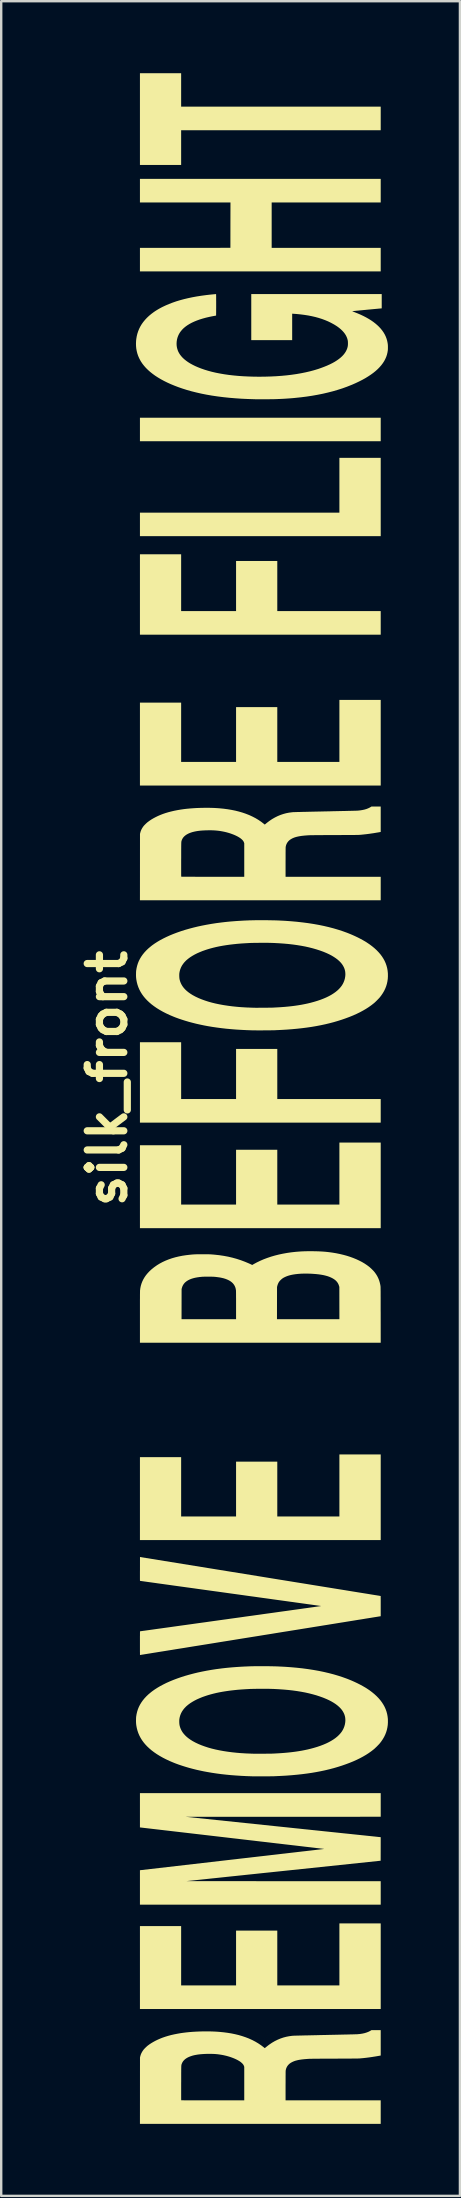
<source format=kicad_pcb>
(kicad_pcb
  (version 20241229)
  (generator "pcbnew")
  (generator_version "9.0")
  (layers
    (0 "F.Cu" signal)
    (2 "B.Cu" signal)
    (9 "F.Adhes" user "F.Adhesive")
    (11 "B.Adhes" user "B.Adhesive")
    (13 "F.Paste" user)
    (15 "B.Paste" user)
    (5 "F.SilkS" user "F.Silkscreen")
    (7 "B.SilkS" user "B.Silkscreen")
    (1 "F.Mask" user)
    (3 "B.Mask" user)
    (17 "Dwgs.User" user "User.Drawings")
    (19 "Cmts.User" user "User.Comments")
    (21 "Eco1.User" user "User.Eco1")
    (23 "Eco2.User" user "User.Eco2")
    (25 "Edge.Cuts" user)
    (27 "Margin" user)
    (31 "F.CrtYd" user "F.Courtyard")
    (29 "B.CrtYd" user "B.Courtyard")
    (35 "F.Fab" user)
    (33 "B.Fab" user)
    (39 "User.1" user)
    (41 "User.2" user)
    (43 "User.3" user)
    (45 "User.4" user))
  (footprint "silk_front"
    (layer "F.Cu")
    (at 7.387 41.875)
    (property "Reference" "silk_front" (at -5.969 0 90) (layer "F.SilkS") (effects (font (size 1.524 1.524) (thickness 0.3))))
    (attr board_only exclude_from_pos_files exclude_from_bom)
    (fp_poly (pts (xy 5.421 -26.546) (xy -4.608 -26.546) (xy -4.608 -27.525) (xy 5.421 -27.525)) (stroke (width 0) (type solid)) (fill yes) (layer "F.SilkS"))
    (fp_poly (pts (xy 5.421 -22.592) (xy -4.608 -22.592) (xy -4.608 -23.571) (xy 3.7 -23.571) (xy 3.7 -25.854) (xy 5.421 -25.854)) (stroke (width 0) (type solid)) (fill yes) (layer "F.SilkS"))
    (fp_poly (pts (xy -2.892 -40.483) (xy 5.421 -40.483) (xy 5.421 -39.5) (xy -2.892 -39.5) (xy -2.892 -38.054) (xy -4.608 -38.054) (xy -4.608 -41.875) (xy -2.892 -41.875)) (stroke (width 0) (type solid)) (fill yes) (layer "F.SilkS"))
    (fp_poly (pts (xy -2.892 -19.471) (xy -0.604 -19.471) (xy -0.604 -21.558) (xy 1.113 -21.558) (xy 1.113 -19.471) (xy 5.421 -19.471) (xy 5.421 -18.488) (xy -4.608 -18.488) (xy -4.608 -21.837) (xy -2.892 -21.837)) (stroke (width 0) (type solid)) (fill yes) (layer "F.SilkS"))
    (fp_poly (pts (xy -2.892 0.854) (xy -0.604 0.854) (xy -0.604 -1.233) (xy 1.113 -1.233) (xy 1.113 0.854) (xy 5.421 0.854) (xy 5.421 1.837) (xy -4.608 1.837) (xy -4.608 -1.512) (xy -2.892 -1.512)) (stroke (width 0) (type solid)) (fill yes) (layer "F.SilkS"))
    (fp_poly (pts (xy 5.421 -12.204) (xy -4.608 -12.204) (xy -4.608 -15.658) (xy -2.892 -15.658) (xy -2.892 -13.188) (xy -0.604 -13.188) (xy -0.604 -15.471) (xy 1.113 -15.471) (xy 1.113 -13.188) (xy 3.7 -13.188) (xy 3.7 -15.771) (xy 5.421 -15.771)) (stroke (width 0) (type solid)) (fill yes) (layer "F.SilkS"))
    (fp_poly (pts (xy 5.421 6.233) (xy -4.608 6.233) (xy -4.608 2.779) (xy -2.892 2.779) (xy -2.892 5.25) (xy -0.604 5.25) (xy -0.604 2.967) (xy 1.113 2.967) (xy 1.113 5.25) (xy 3.7 5.25) (xy 3.7 2.667) (xy 5.421 2.667)) (stroke (width 0) (type solid)) (fill yes) (layer "F.SilkS"))
    (fp_poly (pts (xy 5.421 19.225) (xy -4.608 19.225) (xy -4.608 15.771) (xy -2.892 15.771) (xy -2.892 18.242) (xy -0.604 18.242) (xy -0.604 15.958) (xy 1.113 15.958) (xy 1.113 18.242) (xy 3.7 18.242) (xy 3.7 15.658) (xy 5.421 15.658)) (stroke (width 0) (type solid)) (fill yes) (layer "F.SilkS"))
    (fp_poly (pts (xy 5.421 38.758) (xy -4.608 38.758) (xy -4.608 35.304) (xy -2.892 35.304) (xy -2.892 37.775) (xy -0.604 37.775) (xy -0.604 35.492) (xy 1.113 35.492) (xy 1.113 37.775) (xy 3.7 37.775) (xy 3.7 35.192) (xy 5.421 35.192)) (stroke (width 0) (type solid)) (fill yes) (layer "F.SilkS"))
    (fp_poly (pts (xy 5.421 -36.492) (xy 0.879 -36.492) (xy 0.879 -34.6) (xy 5.421 -34.6) (xy 5.421 -33.621) (xy -4.608 -33.621) (xy -4.608 -34.6) (xy -2.724 -34.601) (xy -0.84 -34.602) (xy -0.839 -35.547) (xy -0.837 -36.492) (xy -4.608 -36.492) (xy -4.608 -37.475) (xy 5.421 -37.475)) (stroke (width 0) (type solid)) (fill yes) (layer "F.SilkS"))
    (fp_poly (pts (xy 5.421 30.75) (xy -2.701 30.752) (xy 1.344 31.174) (xy 1.527 31.193) (xy 1.708 31.212) (xy 1.887 31.231) (xy 2.064 31.249) (xy 2.238 31.268) (xy 2.409 31.285) (xy 2.577 31.303) (xy 2.743 31.32) (xy 2.905 31.337) (xy 3.064 31.354) (xy 3.219 31.37) (xy 3.37 31.386) (xy 3.517 31.401) (xy 3.66 31.416) (xy 3.799 31.431) (xy 3.934 31.445) (xy 4.064 31.458) (xy 4.188 31.471) (xy 4.308 31.484) (xy 4.423 31.496) (xy 4.532 31.507) (xy 4.636 31.518) (xy 4.734 31.528) (xy 4.826 31.538) (xy 4.912 31.547) (xy 4.992 31.555) (xy 5.065 31.563) (xy 5.132 31.57) (xy 5.192 31.576) (xy 5.244 31.582) (xy 5.29 31.587) (xy 5.328 31.591) (xy 5.359 31.594) (xy 5.382 31.596) (xy 5.398 31.598) (xy 5.405 31.599) (xy 5.405 31.599) (xy 5.421 31.601) (xy 5.42 32.091) (xy 5.419 32.581) (xy 1.385 33.005) (xy 1.203 33.024) (xy 1.022 33.043) (xy 0.843 33.062) (xy 0.667 33.08) (xy 0.494 33.098) (xy 0.323 33.116) (xy 0.155 33.134) (xy -0.01 33.151) (xy -0.172 33.168) (xy -0.33 33.185) (xy -0.485 33.201) (xy -0.636 33.217) (xy -0.783 33.232) (xy -0.926 33.247) (xy -1.064 33.262) (xy -1.198 33.276) (xy -1.327 33.29) (xy -1.452 33.303) (xy -1.571 33.315) (xy -1.685 33.327) (xy -1.794 33.339) (xy -1.897 33.35) (xy -1.995 33.36) (xy -2.086 33.37) (xy -2.172 33.379) (xy -2.251 33.387) (xy -2.324 33.395) (xy -2.39 33.402) (xy -2.449 33.408) (xy -2.501 33.413) (xy -2.546 33.418) (xy -2.584 33.422) (xy -2.614 33.425) (xy -2.637 33.428) (xy -2.651 33.429) (xy -2.658 33.43) (xy -2.658 33.43) (xy -2.655 33.43) (xy -2.643 33.43) (xy -2.623 33.43) (xy -2.595 33.431) (xy -2.56 33.431) (xy -2.518 33.431) (xy -2.468 33.431) (xy -2.411 33.431) (xy -2.347 33.431) (xy -2.276 33.431) (xy -2.199 33.431) (xy -2.115 33.431) (xy -2.026 33.431) (xy -1.93 33.431) (xy -1.828 33.432) (xy -1.721 33.432) (xy -1.608 33.432) (xy -1.49 33.432) (xy -1.367 33.432) (xy -1.239 33.432) (xy -1.106 33.432) (xy -0.969 33.432) (xy -0.827 33.432) (xy -0.681 33.432) (xy -0.531 33.432) (xy -0.377 33.432) (xy -0.219 33.432) (xy -0.058 33.432) (xy 0.107 33.432) (xy 0.275 33.433) (xy 0.445 33.433) (xy 0.619 33.433) (xy 0.795 33.433) (xy 0.973 33.433) (xy 1.154 33.433) (xy 1.337 33.433) (xy 1.376 33.433) (xy 5.421 33.433) (xy 5.421 34.413) (xy -4.608 34.413) (xy -4.608 33.695) (xy -4.608 32.977) (xy -0.786 32.536) (xy -0.609 32.516) (xy -0.433 32.495) (xy -0.259 32.475) (xy -0.088 32.456) (xy 0.081 32.436) (xy 0.247 32.417) (xy 0.41 32.398) (xy 0.57 32.38) (xy 0.726 32.362) (xy 0.879 32.344) (xy 1.029 32.327) (xy 1.175 32.31) (xy 1.316 32.293) (xy 1.454 32.278) (xy 1.587 32.262) (xy 1.716 32.247) (xy 1.84 32.233) (xy 1.959 32.219) (xy 2.072 32.206) (xy 2.181 32.193) (xy 2.284 32.182) (xy 2.381 32.17) (xy 2.473 32.16) (xy 2.559 32.15) (xy 2.638 32.141) (xy 2.711 32.132) (xy 2.777 32.124) (xy 2.837 32.118) (xy 2.89 32.111) (xy 2.935 32.106) (xy 2.973 32.102) (xy 3.004 32.098) (xy 3.027 32.095) (xy 3.042 32.094) (xy 3.049 32.093) (xy 3.05 32.093) (xy 3.065 32.09) (xy 3.046 32.087) (xy 3.041 32.087) (xy 3.028 32.085) (xy 3.007 32.083) (xy 2.978 32.079) (xy 2.942 32.075) (xy 2.898 32.07) (xy 2.847 32.064) (xy 2.79 32.057) (xy 2.725 32.05) (xy 2.654 32.041) (xy 2.576 32.032) (xy 2.492 32.022) (xy 2.402 32.012) (xy 2.306 32.001) (xy 2.205 31.989) (xy 2.098 31.976) (xy 1.985 31.963) (xy 1.868 31.949) (xy 1.745 31.935) (xy 1.618 31.92) (xy 1.486 31.905) (xy 1.349 31.889) (xy 1.209 31.872) (xy 1.064 31.856) (xy 0.915 31.838) (xy 0.763 31.82) (xy 0.607 31.802) (xy 0.448 31.784) (xy 0.286 31.765) (xy 0.121 31.745) (xy -0.047 31.726) (xy -0.217 31.706) (xy -0.39 31.686) (xy -0.565 31.665) (xy -0.743 31.645) (xy -0.791 31.639) (xy -4.608 31.194) (xy -4.608 29.767) (xy 5.421 29.767)) (stroke (width 0) (type solid)) (fill yes) (layer "F.SilkS"))
    (fp_poly (pts (xy 2.596 7.193) (xy 2.713 7.195) (xy 2.823 7.198) (xy 2.928 7.203) (xy 3.028 7.209) (xy 3.126 7.217) (xy 3.222 7.227) (xy 3.319 7.239) (xy 3.413 7.252) (xy 3.568 7.278) (xy 3.719 7.309) (xy 3.866 7.344) (xy 4.009 7.383) (xy 4.146 7.427) (xy 4.278 7.475) (xy 4.405 7.527) (xy 4.525 7.583) (xy 4.64 7.642) (xy 4.747 7.705) (xy 4.847 7.772) (xy 4.933 7.836) (xy 4.961 7.859) (xy 4.991 7.886) (xy 5.024 7.916) (xy 5.057 7.948) (xy 5.089 7.98) (xy 5.119 8.011) (xy 5.145 8.04) (xy 5.166 8.066) (xy 5.167 8.067) (xy 5.224 8.145) (xy 5.274 8.226) (xy 5.316 8.31) (xy 5.352 8.398) (xy 5.38 8.49) (xy 5.402 8.586) (xy 5.411 8.638) (xy 5.412 8.643) (xy 5.413 8.649) (xy 5.413 8.656) (xy 5.414 8.664) (xy 5.414 8.673) (xy 5.415 8.685) (xy 5.415 8.698) (xy 5.416 8.715) (xy 5.416 8.733) (xy 5.416 8.755) (xy 5.417 8.78) (xy 5.417 8.809) (xy 5.417 8.842) (xy 5.418 8.879) (xy 5.418 8.921) (xy 5.418 8.967) (xy 5.418 9.019) (xy 5.418 9.076) (xy 5.419 9.138) (xy 5.419 9.207) (xy 5.419 9.282) (xy 5.419 9.364) (xy 5.419 9.453) (xy 5.419 9.548) (xy 5.419 9.652) (xy 5.42 9.763) (xy 5.42 9.845) (xy 5.421 11.004) (xy -4.608 11.004) (xy -4.608 10.025) (xy -2.875 10.025) (xy -0.604 10.025) (xy 1.1 10.025) (xy 3.7 10.025) (xy 3.699 9.353) (xy 3.698 8.681) (xy 3.686 8.64) (xy 3.665 8.58) (xy 3.637 8.524) (xy 3.602 8.473) (xy 3.56 8.426) (xy 3.538 8.406) (xy 3.486 8.365) (xy 3.427 8.328) (xy 3.362 8.294) (xy 3.291 8.263) (xy 3.214 8.235) (xy 3.129 8.211) (xy 3.038 8.189) (xy 2.939 8.171) (xy 2.833 8.156) (xy 2.72 8.144) (xy 2.6 8.135) (xy 2.496 8.129) (xy 2.359 8.125) (xy 2.229 8.125) (xy 2.106 8.129) (xy 1.99 8.137) (xy 1.881 8.149) (xy 1.778 8.164) (xy 1.683 8.183) (xy 1.595 8.206) (xy 1.514 8.233) (xy 1.441 8.264) (xy 1.374 8.298) (xy 1.338 8.321) (xy 1.313 8.339) (xy 1.286 8.362) (xy 1.258 8.387) (xy 1.233 8.412) (xy 1.211 8.436) (xy 1.202 8.447) (xy 1.167 8.5) (xy 1.139 8.558) (xy 1.118 8.62) (xy 1.112 8.644) (xy 1.102 8.685) (xy 1.101 9.355) (xy 1.1 10.025) (xy -0.604 10.025) (xy -0.604 9.442) (xy -0.604 9.344) (xy -0.604 9.255) (xy -0.604 9.174) (xy -0.605 9.101) (xy -0.605 9.037) (xy -0.605 8.98) (xy -0.606 8.932) (xy -0.606 8.892) (xy -0.607 8.861) (xy -0.608 8.837) (xy -0.608 8.822) (xy -0.609 8.818) (xy -0.62 8.753) (xy -0.638 8.692) (xy -0.663 8.635) (xy -0.696 8.581) (xy -0.735 8.532) (xy -0.782 8.487) (xy -0.836 8.446) (xy -0.897 8.409) (xy -0.966 8.376) (xy -1.042 8.346) (xy -1.125 8.32) (xy -1.216 8.299) (xy -1.231 8.296) (xy -1.272 8.288) (xy -1.319 8.281) (xy -1.37 8.274) (xy -1.423 8.267) (xy -1.477 8.261) (xy -1.519 8.258) (xy -1.543 8.256) (xy -1.575 8.255) (xy -1.613 8.254) (xy -1.655 8.253) (xy -1.7 8.252) (xy -1.747 8.252) (xy -1.794 8.252) (xy -1.841 8.252) (xy -1.886 8.253) (xy -1.927 8.254) (xy -1.965 8.255) (xy -1.996 8.256) (xy -2.019 8.258) (xy -2.124 8.268) (xy -2.221 8.282) (xy -2.312 8.299) (xy -2.395 8.32) (xy -2.471 8.344) (xy -2.54 8.372) (xy -2.603 8.404) (xy -2.659 8.439) (xy -2.709 8.478) (xy -2.741 8.507) (xy -2.78 8.554) (xy -2.813 8.604) (xy -2.84 8.66) (xy -2.86 8.721) (xy -2.873 8.769) (xy -2.874 9.397) (xy -2.875 10.025) (xy -4.608 10.025) (xy -4.608 9.944) (xy -4.608 9.815) (xy -4.608 9.694) (xy -4.608 9.581) (xy -4.608 9.477) (xy -4.608 9.38) (xy -4.608 9.291) (xy -4.608 9.211) (xy -4.607 9.138) (xy -4.607 9.073) (xy -4.607 9.016) (xy -4.606 8.967) (xy -4.606 8.925) (xy -4.605 8.891) (xy -4.605 8.864) (xy -4.605 8.844) (xy -4.604 8.832) (xy -4.604 8.83) (xy -4.592 8.731) (xy -4.572 8.635) (xy -4.544 8.541) (xy -4.508 8.449) (xy -4.465 8.361) (xy -4.414 8.274) (xy -4.355 8.19) (xy -4.288 8.109) (xy -4.213 8.029) (xy -4.13 7.952) (xy -4.039 7.878) (xy -4.002 7.85) (xy -3.896 7.775) (xy -3.783 7.706) (xy -3.665 7.643) (xy -3.542 7.586) (xy -3.412 7.534) (xy -3.277 7.487) (xy -3.135 7.446) (xy -2.988 7.411) (xy -2.835 7.381) (xy -2.675 7.357) (xy -2.509 7.338) (xy -2.483 7.336) (xy -2.445 7.332) (xy -2.41 7.329) (xy -2.377 7.327) (xy -2.345 7.325) (xy -2.314 7.323) (xy -2.283 7.322) (xy -2.249 7.321) (xy -2.213 7.32) (xy -2.173 7.319) (xy -2.128 7.319) (xy -2.077 7.319) (xy -2.019 7.319) (xy -1.998 7.319) (xy -1.938 7.319) (xy -1.886 7.319) (xy -1.839 7.319) (xy -1.798 7.32) (xy -1.761 7.32) (xy -1.727 7.321) (xy -1.694 7.323) (xy -1.663 7.324) (xy -1.631 7.326) (xy -1.598 7.329) (xy -1.563 7.331) (xy -1.524 7.335) (xy -1.49 7.338) (xy -1.299 7.359) (xy -1.113 7.387) (xy -0.931 7.421) (xy -0.752 7.463) (xy -0.577 7.512) (xy -0.404 7.568) (xy -0.234 7.632) (xy -0.065 7.703) (xy 0.021 7.743) (xy 0.069 7.766) (xy 0.127 7.732) (xy 0.26 7.66) (xy 0.399 7.593) (xy 0.544 7.53) (xy 0.695 7.473) (xy 0.852 7.42) (xy 1.013 7.373) (xy 1.18 7.331) (xy 1.351 7.295) (xy 1.525 7.264) (xy 1.66 7.244) (xy 1.775 7.23) (xy 1.889 7.218) (xy 2.003 7.209) (xy 2.119 7.201) (xy 2.239 7.196) (xy 2.363 7.193) (xy 2.492 7.192)) (stroke (width 0) (type solid)) (fill yes) (layer "F.SilkS"))
    (fp_poly (pts (xy 0.406 20.742) (xy 0.609 20.775) (xy 0.81 20.808) (xy 1.009 20.84) (xy 1.206 20.872) (xy 1.4 20.903) (xy 1.591 20.934) (xy 1.78 20.965) (xy 1.966 20.995) (xy 2.148 21.024) (xy 2.328 21.053) (xy 2.504 21.082) (xy 2.676 21.11) (xy 2.845 21.137) (xy 3.01 21.164) (xy 3.171 21.19) (xy 3.327 21.215) (xy 3.48 21.24) (xy 3.627 21.264) (xy 3.771 21.287) (xy 3.909 21.309) (xy 4.042 21.331) (xy 4.17 21.352) (xy 4.293 21.372) (xy 4.411 21.391) (xy 4.522 21.409) (xy 4.628 21.426) (xy 4.728 21.442) (xy 4.823 21.457) (xy 4.91 21.471) (xy 4.992 21.485) (xy 5.066 21.497) (xy 5.135 21.508) (xy 5.196 21.518) (xy 5.25 21.526) (xy 5.297 21.534) (xy 5.337 21.54) (xy 5.369 21.546) (xy 5.393 21.55) (xy 5.41 21.552) (xy 5.418 21.554) (xy 5.42 21.554) (xy 5.42 21.558) (xy 5.42 21.57) (xy 5.42 21.589) (xy 5.42 21.615) (xy 5.42 21.647) (xy 5.421 21.684) (xy 5.421 21.727) (xy 5.421 21.773) (xy 5.421 21.824) (xy 5.421 21.878) (xy 5.421 21.935) (xy 5.421 21.975) (xy 5.421 22.396) (xy 5.411 22.398) (xy 5.407 22.399) (xy 5.395 22.401) (xy 5.374 22.404) (xy 5.346 22.408) (xy 5.311 22.414) (xy 5.268 22.421) (xy 5.219 22.429) (xy 5.162 22.438) (xy 5.099 22.448) (xy 5.029 22.46) (xy 4.953 22.472) (xy 4.871 22.485) (xy 4.783 22.499) (xy 4.689 22.515) (xy 4.59 22.531) (xy 4.485 22.547) (xy 4.376 22.565) (xy 4.261 22.584) (xy 4.141 22.603) (xy 4.017 22.623) (xy 3.889 22.644) (xy 3.756 22.665) (xy 3.62 22.687) (xy 3.479 22.71) (xy 3.335 22.733) (xy 3.188 22.757) (xy 3.037 22.781) (xy 2.884 22.806) (xy 2.727 22.831) (xy 2.568 22.857) (xy 2.407 22.883) (xy 2.243 22.909) (xy 2.077 22.936) (xy 1.91 22.963) (xy 1.74 22.99) (xy 1.569 23.018) (xy 1.397 23.045) (xy 1.224 23.073) (xy 1.05 23.101) (xy 0.875 23.13) (xy 0.7 23.158) (xy 0.524 23.186) (xy 0.348 23.215) (xy 0.172 23.243) (xy -0.003 23.271) (xy -0.178 23.299) (xy -0.353 23.327) (xy -0.526 23.355) (xy -0.699 23.383) (xy -0.87 23.411) (xy -1.04 23.438) (xy -1.209 23.465) (xy -1.375 23.492) (xy -1.54 23.519) (xy -1.702 23.545) (xy -1.862 23.571) (xy -2.02 23.596) (xy -2.174 23.621) (xy -2.326 23.645) (xy -2.475 23.669) (xy -2.62 23.693) (xy -2.762 23.716) (xy -2.9 23.738) (xy -3.034 23.759) (xy -3.164 23.78) (xy -3.29 23.801) (xy -3.411 23.82) (xy -3.527 23.839) (xy -3.639 23.857) (xy -3.746 23.874) (xy -3.847 23.89) (xy -3.943 23.906) (xy -4.033 23.92) (xy -4.118 23.934) (xy -4.196 23.947) (xy -4.268 23.958) (xy -4.334 23.969) (xy -4.393 23.978) (xy -4.445 23.987) (xy -4.491 23.994) (xy -4.529 24) (xy -4.559 24.005) (xy -4.583 24.009) (xy -4.598 24.011) (xy -4.606 24.012) (xy -4.606 24.012) (xy -4.606 24.008) (xy -4.607 23.997) (xy -4.607 23.977) (xy -4.607 23.951) (xy -4.607 23.919) (xy -4.608 23.881) (xy -4.608 23.838) (xy -4.608 23.79) (xy -4.608 23.737) (xy -4.608 23.681) (xy -4.608 23.622) (xy -4.608 23.56) (xy -4.608 23.519) (xy -4.608 23.455) (xy -4.608 23.394) (xy -4.608 23.336) (xy -4.608 23.281) (xy -4.608 23.231) (xy -4.607 23.184) (xy -4.607 23.143) (xy -4.607 23.106) (xy -4.606 23.076) (xy -4.606 23.053) (xy -4.606 23.036) (xy -4.605 23.027) (xy -4.605 23.025) (xy -4.6 23.024) (xy -4.588 23.023) (xy -4.568 23.02) (xy -4.54 23.016) (xy -4.505 23.011) (xy -4.463 23.005) (xy -4.414 22.999) (xy -4.358 22.991) (xy -4.296 22.982) (xy -4.227 22.973) (xy -4.153 22.962) (xy -4.072 22.951) (xy -3.987 22.939) (xy -3.895 22.926) (xy -3.799 22.913) (xy -3.698 22.899) (xy -3.592 22.884) (xy -3.481 22.869) (xy -3.366 22.853) (xy -3.248 22.836) (xy -3.125 22.819) (xy -2.999 22.801) (xy -2.87 22.783) (xy -2.737 22.765) (xy -2.602 22.746) (xy -2.464 22.727) (xy -2.323 22.707) (xy -2.18 22.687) (xy -2.036 22.667) (xy -1.889 22.647) (xy -1.741 22.626) (xy -1.592 22.605) (xy -1.441 22.584) (xy -1.29 22.563) (xy -1.138 22.542) (xy -0.985 22.521) (xy -0.832 22.499) (xy -0.68 22.478) (xy -0.527 22.457) (xy -0.375 22.436) (xy -0.224 22.414) (xy -0.073 22.393) (xy 0.076 22.373) (xy 0.224 22.352) (xy 0.371 22.332) (xy 0.516 22.311) (xy 0.658 22.291) (xy 0.799 22.272) (xy 0.937 22.253) (xy 1.072 22.234) (xy 1.204 22.215) (xy 1.334 22.197) (xy 1.459 22.18) (xy 1.582 22.163) (xy 1.7 22.146) (xy 1.815 22.13) (xy 1.925 22.115) (xy 2.031 22.1) (xy 2.132 22.086) (xy 2.228 22.072) (xy 2.319 22.06) (xy 2.405 22.048) (xy 2.485 22.036) (xy 2.559 22.026) (xy 2.627 22.017) (xy 2.689 22.008) (xy 2.745 22) (xy 2.794 21.993) (xy 2.836 21.987) (xy 2.87 21.983) (xy 2.898 21.979) (xy 2.917 21.976) (xy 2.929 21.974) (xy 2.933 21.974) (xy 2.934 21.972) (xy 2.928 21.97) (xy 2.925 21.969) (xy 2.92 21.969) (xy 2.907 21.967) (xy 2.887 21.964) (xy 2.858 21.96) (xy 2.822 21.955) (xy 2.779 21.949) (xy 2.728 21.942) (xy 2.671 21.934) (xy 2.607 21.925) (xy 2.536 21.915) (xy 2.459 21.904) (xy 2.375 21.893) (xy 2.286 21.88) (xy 2.191 21.867) (xy 2.09 21.853) (xy 1.983 21.838) (xy 1.871 21.823) (xy 1.754 21.806) (xy 1.632 21.79) (xy 1.506 21.772) (xy 1.375 21.754) (xy 1.239 21.735) (xy 1.099 21.716) (xy 0.955 21.696) (xy 0.808 21.675) (xy 0.656 21.654) (xy 0.502 21.633) (xy 0.343 21.611) (xy 0.182 21.588) (xy 0.018 21.566) (xy -0.149 21.543) (xy -0.318 21.519) (xy -0.49 21.495) (xy -0.664 21.471) (xy -0.84 21.447) (xy -0.848 21.446) (xy -1.024 21.421) (xy -1.197 21.397) (xy -1.369 21.373) (xy -1.538 21.35) (xy -1.705 21.327) (xy -1.869 21.304) (xy -2.03 21.282) (xy -2.188 21.26) (xy -2.343 21.238) (xy -2.494 21.217) (xy -2.642 21.197) (xy -2.785 21.177) (xy -2.925 21.158) (xy -3.06 21.139) (xy -3.192 21.121) (xy -3.318 21.103) (xy -3.44 21.086) (xy -3.556 21.07) (xy -3.668 21.054) (xy -3.774 21.04) (xy -3.875 21.026) (xy -3.97 21.012) (xy -4.06 21) (xy -4.143 20.988) (xy -4.22 20.978) (xy -4.29 20.968) (xy -4.354 20.959) (xy -4.412 20.951) (xy -4.462 20.944) (xy -4.505 20.938) (xy -4.541 20.933) (xy -4.569 20.929) (xy -4.59 20.926) (xy -4.602 20.924) (xy -4.607 20.924) (xy -4.607 20.924) (xy -4.607 20.919) (xy -4.607 20.907) (xy -4.607 20.888) (xy -4.608 20.862) (xy -4.608 20.829) (xy -4.608 20.791) (xy -4.608 20.747) (xy -4.608 20.699) (xy -4.608 20.647) (xy -4.608 20.591) (xy -4.608 20.531) (xy -4.607 20.469) (xy -4.607 20.427) (xy -4.606 19.931)) (stroke (width 0) (type solid)) (fill yes) (layer "F.SilkS"))
    (fp_poly (pts (xy 5.421 -10.272) (xy 5.401 -10.267) (xy 5.389 -10.265) (xy 5.371 -10.262) (xy 5.346 -10.257) (xy 5.317 -10.252) (xy 5.284 -10.247) (xy 5.249 -10.241) (xy 5.213 -10.235) (xy 5.177 -10.229) (xy 5.143 -10.223) (xy 5.11 -10.218) (xy 5.082 -10.214) (xy 5.075 -10.213) (xy 4.945 -10.194) (xy 4.81 -10.177) (xy 4.672 -10.162) (xy 4.56 -10.151) (xy 4.551 -10.151) (xy 4.541 -10.15) (xy 4.529 -10.149) (xy 4.516 -10.149) (xy 4.5 -10.148) (xy 4.483 -10.148) (xy 4.463 -10.147) (xy 4.439 -10.147) (xy 4.413 -10.146) (xy 4.383 -10.146) (xy 4.349 -10.145) (xy 4.31 -10.145) (xy 4.267 -10.145) (xy 4.219 -10.144) (xy 4.166 -10.144) (xy 4.107 -10.144) (xy 4.042 -10.143) (xy 3.971 -10.143) (xy 3.893 -10.143) (xy 3.809 -10.143) (xy 3.717 -10.142) (xy 3.617 -10.142) (xy 3.509 -10.142) (xy 3.504 -10.142) (xy 3.375 -10.141) (xy 3.254 -10.141) (xy 3.142 -10.14) (xy 3.038 -10.14) (xy 2.942 -10.139) (xy 2.854 -10.139) (xy 2.775 -10.138) (xy 2.704 -10.138) (xy 2.641 -10.137) (xy 2.587 -10.137) (xy 2.54 -10.136) (xy 2.503 -10.136) (xy 2.473 -10.135) (xy 2.452 -10.134) (xy 2.442 -10.134) (xy 2.347 -10.128) (xy 2.26 -10.121) (xy 2.18 -10.113) (xy 2.107 -10.104) (xy 2.039 -10.093) (xy 1.977 -10.081) (xy 1.92 -10.068) (xy 1.867 -10.053) (xy 1.818 -10.037) (xy 1.772 -10.018) (xy 1.731 -9.999) (xy 1.672 -9.965) (xy 1.62 -9.928) (xy 1.576 -9.886) (xy 1.538 -9.839) (xy 1.508 -9.789) (xy 1.484 -9.734) (xy 1.468 -9.675) (xy 1.463 -9.644) (xy 1.462 -9.635) (xy 1.461 -9.619) (xy 1.461 -9.594) (xy 1.46 -9.562) (xy 1.46 -9.523) (xy 1.46 -9.476) (xy 1.459 -9.423) (xy 1.459 -9.362) (xy 1.459 -9.296) (xy 1.459 -9.223) (xy 1.459 -9.144) (xy 1.458 -9.059) (xy 1.458 -9.009) (xy 1.458 -8.404) (xy 5.421 -8.404) (xy 5.421 -7.425) (xy -4.608 -7.425) (xy -4.607 -8.711) (xy -2.891 -8.711) (xy -2.891 -8.654) (xy -2.891 -8.602) (xy -2.891 -8.555) (xy -2.891 -8.514) (xy -2.891 -8.48) (xy -2.89 -8.451) (xy -2.89 -8.43) (xy -2.89 -8.416) (xy -2.89 -8.41) (xy -2.89 -8.41) (xy -2.889 -8.409) (xy -2.885 -8.409) (xy -2.878 -8.408) (xy -2.869 -8.408) (xy -2.856 -8.407) (xy -2.84 -8.407) (xy -2.82 -8.407) (xy -2.796 -8.406) (xy -2.768 -8.406) (xy -2.735 -8.406) (xy -2.698 -8.406) (xy -2.656 -8.405) (xy -2.609 -8.405) (xy -2.556 -8.405) (xy -2.498 -8.405) (xy -2.434 -8.405) (xy -2.363 -8.405) (xy -2.286 -8.404) (xy -2.203 -8.404) (xy -2.112 -8.404) (xy -2.015 -8.404) (xy -1.91 -8.404) (xy -1.797 -8.404) (xy -1.676 -8.404) (xy -1.575 -8.404) (xy -0.263 -8.404) (xy -0.263 -9.798) (xy -0.274 -9.831) (xy -0.285 -9.858) (xy -0.298 -9.883) (xy -0.315 -9.907) (xy -0.336 -9.932) (xy -0.359 -9.955) (xy -0.397 -9.989) (xy -0.443 -10.023) (xy -0.497 -10.057) (xy -0.556 -10.09) (xy -0.621 -10.122) (xy -0.691 -10.153) (xy -0.766 -10.182) (xy -0.844 -10.21) (xy -0.925 -10.235) (xy -1.008 -10.258) (xy -1.093 -10.278) (xy -1.148 -10.289) (xy -1.228 -10.304) (xy -1.305 -10.316) (xy -1.381 -10.325) (xy -1.458 -10.332) (xy -1.537 -10.337) (xy -1.619 -10.34) (xy -1.708 -10.341) (xy -1.777 -10.34) (xy -1.891 -10.337) (xy -1.997 -10.332) (xy -2.096 -10.324) (xy -2.189 -10.313) (xy -2.275 -10.299) (xy -2.355 -10.282) (xy -2.43 -10.263) (xy -2.499 -10.24) (xy -2.564 -10.215) (xy -2.617 -10.189) (xy -2.675 -10.156) (xy -2.727 -10.118) (xy -2.772 -10.077) (xy -2.81 -10.033) (xy -2.84 -9.985) (xy -2.863 -9.935) (xy -2.864 -9.931) (xy -2.867 -9.922) (xy -2.87 -9.914) (xy -2.873 -9.907) (xy -2.875 -9.9) (xy -2.877 -9.893) (xy -2.879 -9.885) (xy -2.881 -9.876) (xy -2.882 -9.865) (xy -2.884 -9.853) (xy -2.885 -9.838) (xy -2.886 -9.821) (xy -2.887 -9.801) (xy -2.887 -9.777) (xy -2.888 -9.75) (xy -2.888 -9.719) (xy -2.889 -9.683) (xy -2.889 -9.642) (xy -2.889 -9.595) (xy -2.89 -9.543) (xy -2.89 -9.485) (xy -2.89 -9.42) (xy -2.89 -9.348) (xy -2.89 -9.269) (xy -2.89 -9.183) (xy -2.891 -9.127) (xy -2.891 -9.051) (xy -2.891 -8.977) (xy -2.891 -8.905) (xy -2.891 -8.837) (xy -2.891 -8.772) (xy -2.891 -8.711) (xy -4.607 -8.711) (xy -4.606 -10.19) (xy -4.597 -10.228) (xy -4.577 -10.298) (xy -4.55 -10.365) (xy -4.516 -10.428) (xy -4.475 -10.49) (xy -4.451 -10.521) (xy -4.435 -10.54) (xy -4.413 -10.563) (xy -4.388 -10.588) (xy -4.362 -10.614) (xy -4.335 -10.639) (xy -4.31 -10.661) (xy -4.289 -10.68) (xy -4.287 -10.68) (xy -4.215 -10.734) (xy -4.136 -10.787) (xy -4.05 -10.838) (xy -3.958 -10.887) (xy -3.862 -10.934) (xy -3.761 -10.978) (xy -3.658 -11.018) (xy -3.654 -11.02) (xy -3.545 -11.057) (xy -3.429 -11.092) (xy -3.306 -11.124) (xy -3.178 -11.154) (xy -3.045 -11.18) (xy -2.909 -11.203) (xy -2.802 -11.219) (xy -2.67 -11.235) (xy -2.532 -11.248) (xy -2.389 -11.259) (xy -2.242 -11.268) (xy -2.093 -11.273) (xy -1.943 -11.276) (xy -1.795 -11.277) (xy -1.649 -11.275) (xy -1.506 -11.27) (xy -1.369 -11.262) (xy -1.294 -11.256) (xy -1.121 -11.239) (xy -0.954 -11.217) (xy -0.794 -11.19) (xy -0.64 -11.159) (xy -0.492 -11.122) (xy -0.349 -11.081) (xy -0.21 -11.034) (xy -0.077 -10.982) (xy -0.052 -10.972) (xy 0.08 -10.911) (xy 0.207 -10.845) (xy 0.329 -10.772) (xy 0.445 -10.693) (xy 0.551 -10.611) (xy 0.592 -10.578) (xy 0.606 -10.59) (xy 0.635 -10.614) (xy 0.666 -10.64) (xy 0.698 -10.665) (xy 0.729 -10.689) (xy 0.757 -10.71) (xy 0.781 -10.728) (xy 0.792 -10.736) (xy 0.901 -10.809) (xy 1.013 -10.873) (xy 1.127 -10.93) (xy 1.242 -10.978) (xy 1.36 -11.018) (xy 1.48 -11.051) (xy 1.602 -11.075) (xy 1.727 -11.091) (xy 1.777 -11.096) (xy 1.786 -11.096) (xy 1.804 -11.097) (xy 1.828 -11.097) (xy 1.861 -11.098) (xy 1.9 -11.099) (xy 1.945 -11.101) (xy 1.997 -11.102) (xy 2.055 -11.103) (xy 2.119 -11.105) (xy 2.188 -11.107) (xy 2.262 -11.108) (xy 2.34 -11.11) (xy 2.423 -11.112) (xy 2.509 -11.114) (xy 2.6 -11.116) (xy 2.693 -11.118) (xy 2.789 -11.12) (xy 2.888 -11.122) (xy 2.989 -11.124) (xy 3.092 -11.127) (xy 3.112 -11.127) (xy 3.216 -11.129) (xy 3.317 -11.131) (xy 3.416 -11.134) (xy 3.513 -11.136) (xy 3.607 -11.138) (xy 3.698 -11.14) (xy 3.786 -11.142) (xy 3.869 -11.144) (xy 3.949 -11.145) (xy 4.023 -11.147) (xy 4.093 -11.149) (xy 4.158 -11.15) (xy 4.218 -11.152) (xy 4.271 -11.153) (xy 4.318 -11.154) (xy 4.359 -11.155) (xy 4.392 -11.156) (xy 4.419 -11.157) (xy 4.438 -11.158) (xy 4.449 -11.158) (xy 4.45 -11.158) (xy 4.553 -11.168) (xy 4.65 -11.183) (xy 4.74 -11.202) (xy 4.823 -11.226) (xy 4.9 -11.256) (xy 4.97 -11.29) (xy 5.005 -11.311) (xy 5.035 -11.329) (xy 5.421 -11.329)) (stroke (width 0) (type solid)) (fill yes) (layer "F.SilkS"))
    (fp_poly (pts (xy 5.421 40.695) (xy 5.401 40.699) (xy 5.389 40.702) (xy 5.371 40.705) (xy 5.346 40.709) (xy 5.317 40.714) (xy 5.284 40.72) (xy 5.249 40.726) (xy 5.213 40.732) (xy 5.177 40.738) (xy 5.143 40.743) (xy 5.11 40.748) (xy 5.082 40.753) (xy 5.075 40.754) (xy 4.945 40.773) (xy 4.81 40.79) (xy 4.672 40.805) (xy 4.56 40.815) (xy 4.551 40.816) (xy 4.541 40.817) (xy 4.529 40.817) (xy 4.516 40.818) (xy 4.5 40.819) (xy 4.483 40.819) (xy 4.463 40.82) (xy 4.439 40.82) (xy 4.413 40.821) (xy 4.383 40.821) (xy 4.349 40.821) (xy 4.31 40.822) (xy 4.267 40.822) (xy 4.219 40.822) (xy 4.166 40.823) (xy 4.107 40.823) (xy 4.042 40.823) (xy 3.971 40.824) (xy 3.893 40.824) (xy 3.809 40.824) (xy 3.717 40.824) (xy 3.617 40.825) (xy 3.509 40.825) (xy 3.504 40.825) (xy 3.375 40.825) (xy 3.254 40.826) (xy 3.142 40.826) (xy 3.038 40.827) (xy 2.942 40.827) (xy 2.854 40.828) (xy 2.775 40.828) (xy 2.704 40.829) (xy 2.641 40.829) (xy 2.587 40.83) (xy 2.54 40.831) (xy 2.503 40.831) (xy 2.473 40.832) (xy 2.452 40.832) (xy 2.442 40.833) (xy 2.347 40.839) (xy 2.26 40.846) (xy 2.18 40.854) (xy 2.107 40.863) (xy 2.039 40.873) (xy 1.977 40.885) (xy 1.92 40.899) (xy 1.867 40.913) (xy 1.818 40.93) (xy 1.772 40.949) (xy 1.731 40.968) (xy 1.672 41.001) (xy 1.62 41.039) (xy 1.576 41.081) (xy 1.538 41.127) (xy 1.508 41.178) (xy 1.484 41.233) (xy 1.468 41.292) (xy 1.463 41.323) (xy 1.462 41.331) (xy 1.461 41.348) (xy 1.461 41.372) (xy 1.46 41.405) (xy 1.46 41.444) (xy 1.46 41.491) (xy 1.459 41.544) (xy 1.459 41.604) (xy 1.459 41.671) (xy 1.459 41.744) (xy 1.459 41.823) (xy 1.458 41.907) (xy 1.458 41.957) (xy 1.458 42.562) (xy 5.421 42.562) (xy 5.421 43.542) (xy -4.608 43.542) (xy -4.607 42.256) (xy -2.891 42.256) (xy -2.891 42.313) (xy -2.891 42.365) (xy -2.891 42.411) (xy -2.891 42.452) (xy -2.891 42.487) (xy -2.89 42.515) (xy -2.89 42.537) (xy -2.89 42.551) (xy -2.89 42.557) (xy -2.89 42.557) (xy -2.889 42.558) (xy -2.885 42.558) (xy -2.878 42.558) (xy -2.869 42.559) (xy -2.856 42.559) (xy -2.84 42.56) (xy -2.82 42.56) (xy -2.796 42.56) (xy -2.768 42.561) (xy -2.735 42.561) (xy -2.698 42.561) (xy -2.656 42.561) (xy -2.609 42.562) (xy -2.556 42.562) (xy -2.498 42.562) (xy -2.434 42.562) (xy -2.363 42.562) (xy -2.286 42.562) (xy -2.203 42.562) (xy -2.112 42.562) (xy -2.015 42.562) (xy -1.91 42.562) (xy -1.797 42.562) (xy -1.676 42.562) (xy -1.575 42.562) (xy -0.263 42.562) (xy -0.263 41.169) (xy -0.274 41.135) (xy -0.285 41.108) (xy -0.298 41.084) (xy -0.315 41.06) (xy -0.336 41.035) (xy -0.359 41.012) (xy -0.397 40.978) (xy -0.443 40.943) (xy -0.497 40.91) (xy -0.556 40.877) (xy -0.621 40.845) (xy -0.691 40.814) (xy -0.766 40.785) (xy -0.844 40.757) (xy -0.925 40.732) (xy -1.008 40.709) (xy -1.093 40.689) (xy -1.148 40.677) (xy -1.228 40.663) (xy -1.305 40.651) (xy -1.381 40.641) (xy -1.458 40.634) (xy -1.537 40.629) (xy -1.619 40.627) (xy -1.708 40.626) (xy -1.777 40.626) (xy -1.891 40.629) (xy -1.997 40.635) (xy -2.096 40.643) (xy -2.189 40.654) (xy -2.275 40.668) (xy -2.355 40.684) (xy -2.43 40.704) (xy -2.499 40.727) (xy -2.564 40.752) (xy -2.617 40.777) (xy -2.675 40.811) (xy -2.727 40.848) (xy -2.772 40.89) (xy -2.81 40.934) (xy -2.84 40.982) (xy -2.863 41.032) (xy -2.864 41.036) (xy -2.867 41.045) (xy -2.87 41.052) (xy -2.873 41.06) (xy -2.875 41.067) (xy -2.877 41.074) (xy -2.879 41.082) (xy -2.881 41.091) (xy -2.882 41.102) (xy -2.884 41.114) (xy -2.885 41.128) (xy -2.886 41.146) (xy -2.887 41.166) (xy -2.887 41.189) (xy -2.888 41.217) (xy -2.888 41.248) (xy -2.889 41.284) (xy -2.889 41.325) (xy -2.889 41.371) (xy -2.89 41.424) (xy -2.89 41.482) (xy -2.89 41.547) (xy -2.89 41.618) (xy -2.89 41.697) (xy -2.89 41.784) (xy -2.891 41.839) (xy -2.891 41.916) (xy -2.891 41.99) (xy -2.891 42.062) (xy -2.891 42.13) (xy -2.891 42.195) (xy -2.891 42.256) (xy -4.607 42.256) (xy -4.607 42.159) (xy -4.606 40.777) (xy -4.597 40.739) (xy -4.577 40.668) (xy -4.55 40.602) (xy -4.516 40.539) (xy -4.475 40.477) (xy -4.451 40.446) (xy -4.435 40.427) (xy -4.413 40.404) (xy -4.388 40.378) (xy -4.362 40.353) (xy -4.335 40.328) (xy -4.31 40.305) (xy -4.289 40.287) (xy -4.287 40.286) (xy -4.215 40.232) (xy -4.136 40.18) (xy -4.05 40.129) (xy -3.958 40.079) (xy -3.862 40.033) (xy -3.761 39.989) (xy -3.658 39.948) (xy -3.654 39.947) (xy -3.545 39.91) (xy -3.429 39.875) (xy -3.306 39.842) (xy -3.178 39.813) (xy -3.045 39.787) (xy -2.909 39.763) (xy -2.802 39.748) (xy -2.67 39.732) (xy -2.532 39.718) (xy -2.389 39.707) (xy -2.242 39.699) (xy -2.093 39.693) (xy -1.943 39.69) (xy -1.795 39.69) (xy -1.649 39.692) (xy -1.506 39.697) (xy -1.369 39.705) (xy -1.294 39.711) (xy -1.121 39.728) (xy -0.954 39.75) (xy -0.794 39.776) (xy -0.64 39.808) (xy -0.492 39.844) (xy -0.349 39.886) (xy -0.21 39.933) (xy -0.077 39.984) (xy -0.052 39.995) (xy 0.08 40.055) (xy 0.207 40.122) (xy 0.329 40.195) (xy 0.445 40.274) (xy 0.551 40.355) (xy 0.592 40.388) (xy 0.606 40.376) (xy 0.635 40.352) (xy 0.666 40.327) (xy 0.698 40.302) (xy 0.729 40.278) (xy 0.757 40.256) (xy 0.781 40.239) (xy 0.792 40.231) (xy 0.901 40.158) (xy 1.013 40.093) (xy 1.127 40.037) (xy 1.242 39.989) (xy 1.36 39.948) (xy 1.48 39.916) (xy 1.602 39.892) (xy 1.727 39.875) (xy 1.777 39.871) (xy 1.786 39.871) (xy 1.804 39.87) (xy 1.828 39.869) (xy 1.861 39.868) (xy 1.9 39.867) (xy 1.945 39.866) (xy 1.997 39.865) (xy 2.055 39.863) (xy 2.119 39.862) (xy 2.188 39.86) (xy 2.262 39.858) (xy 2.34 39.857) (xy 2.423 39.855) (xy 2.509 39.853) (xy 2.6 39.851) (xy 2.693 39.849) (xy 2.789 39.847) (xy 2.888 39.844) (xy 2.989 39.842) (xy 3.092 39.84) (xy 3.112 39.84) (xy 3.216 39.837) (xy 3.317 39.835) (xy 3.416 39.833) (xy 3.513 39.831) (xy 3.607 39.829) (xy 3.698 39.827) (xy 3.786 39.825) (xy 3.869 39.823) (xy 3.949 39.821) (xy 4.023 39.82) (xy 4.093 39.818) (xy 4.158 39.816) (xy 4.218 39.815) (xy 4.271 39.814) (xy 4.318 39.812) (xy 4.359 39.811) (xy 4.392 39.81) (xy 4.419 39.81) (xy 4.438 39.809) (xy 4.449 39.808) (xy 4.45 39.808) (xy 4.553 39.799) (xy 4.65 39.784) (xy 4.74 39.765) (xy 4.823 39.74) (xy 4.9 39.711) (xy 4.97 39.677) (xy 5.005 39.656) (xy 5.035 39.638) (xy 5.421 39.638)) (stroke (width 0) (type solid)) (fill yes) (layer "F.SilkS"))
    (fp_poly (pts (xy 5.463 -32.081) (xy 4.855 -32.024) (xy 4.785 -32.017) (xy 4.716 -32.011) (xy 4.651 -32.004) (xy 4.588 -31.998) (xy 4.529 -31.993) (xy 4.474 -31.987) (xy 4.424 -31.983) (xy 4.379 -31.978) (xy 4.339 -31.974) (xy 4.305 -31.971) (xy 4.277 -31.968) (xy 4.257 -31.966) (xy 4.243 -31.965) (xy 4.238 -31.964) (xy 4.238 -31.964) (xy 4.236 -31.963) (xy 4.24 -31.96) (xy 4.25 -31.955) (xy 4.266 -31.948) (xy 4.289 -31.939) (xy 4.318 -31.927) (xy 4.323 -31.925) (xy 4.459 -31.871) (xy 4.587 -31.816) (xy 4.707 -31.759) (xy 4.82 -31.7) (xy 4.925 -31.64) (xy 5.024 -31.578) (xy 5.116 -31.514) (xy 5.202 -31.447) (xy 5.282 -31.378) (xy 5.344 -31.319) (xy 5.417 -31.241) (xy 5.481 -31.162) (xy 5.538 -31.081) (xy 5.587 -30.998) (xy 5.628 -30.913) (xy 5.662 -30.825) (xy 5.689 -30.734) (xy 5.708 -30.64) (xy 5.717 -30.575) (xy 5.719 -30.552) (xy 5.72 -30.523) (xy 5.721 -30.49) (xy 5.721 -30.454) (xy 5.721 -30.419) (xy 5.72 -30.385) (xy 5.719 -30.356) (xy 5.717 -30.333) (xy 5.717 -30.333) (xy 5.702 -30.24) (xy 5.68 -30.148) (xy 5.65 -30.058) (xy 5.611 -29.97) (xy 5.565 -29.883) (xy 5.51 -29.798) (xy 5.448 -29.715) (xy 5.377 -29.633) (xy 5.299 -29.553) (xy 5.212 -29.474) (xy 5.117 -29.397) (xy 5.014 -29.322) (xy 4.903 -29.248) (xy 4.784 -29.175) (xy 4.657 -29.104) (xy 4.521 -29.035) (xy 4.378 -28.967) (xy 4.226 -28.9) (xy 4.2 -28.89) (xy 4.019 -28.818) (xy 3.831 -28.75) (xy 3.637 -28.688) (xy 3.436 -28.629) (xy 3.229 -28.576) (xy 3.015 -28.526) (xy 2.796 -28.482) (xy 2.572 -28.442) (xy 2.342 -28.407) (xy 2.106 -28.377) (xy 1.866 -28.352) (xy 1.829 -28.348) (xy 1.74 -28.34) (xy 1.655 -28.333) (xy 1.571 -28.327) (xy 1.488 -28.321) (xy 1.403 -28.316) (xy 1.315 -28.311) (xy 1.223 -28.307) (xy 1.125 -28.303) (xy 1.054 -28.3) (xy 1.023 -28.299) (xy 0.985 -28.298) (xy 0.94 -28.297) (xy 0.89 -28.296) (xy 0.835 -28.296) (xy 0.776 -28.295) (xy 0.715 -28.295) (xy 0.652 -28.294) (xy 0.589 -28.294) (xy 0.525 -28.294) (xy 0.463 -28.294) (xy 0.402 -28.294) (xy 0.345 -28.294) (xy 0.291 -28.294) (xy 0.242 -28.295) (xy 0.199 -28.295) (xy 0.163 -28.296) (xy 0.163 -28.296) (xy -0.111 -28.305) (xy -0.378 -28.317) (xy -0.637 -28.335) (xy -0.889 -28.356) (xy -1.135 -28.382) (xy -1.373 -28.412) (xy -1.604 -28.446) (xy -1.829 -28.485) (xy -2.047 -28.528) (xy -2.257 -28.576) (xy -2.461 -28.627) (xy -2.658 -28.683) (xy -2.841 -28.741) (xy -3.009 -28.799) (xy -3.168 -28.86) (xy -3.321 -28.923) (xy -3.467 -28.989) (xy -3.604 -29.057) (xy -3.735 -29.128) (xy -3.858 -29.201) (xy -3.974 -29.276) (xy -4.081 -29.354) (xy -4.182 -29.434) (xy -4.274 -29.516) (xy -4.359 -29.6) (xy -4.435 -29.686) (xy -4.504 -29.774) (xy -4.565 -29.865) (xy -4.589 -29.906) (xy -4.639 -30.001) (xy -4.682 -30.099) (xy -4.716 -30.199) (xy -4.742 -30.302) (xy -4.761 -30.407) (xy -4.771 -30.514) (xy -4.773 -30.624) (xy -4.768 -30.735) (xy -4.76 -30.806) (xy -4.742 -30.916) (xy -4.716 -31.023) (xy -4.682 -31.127) (xy -4.641 -31.228) (xy -4.592 -31.326) (xy -4.535 -31.421) (xy -4.47 -31.512) (xy -4.397 -31.601) (xy -4.317 -31.687) (xy -4.229 -31.77) (xy -4.134 -31.849) (xy -4.031 -31.926) (xy -3.969 -31.968) (xy -3.917 -32.001) (xy -3.866 -32.032) (xy -3.815 -32.062) (xy -3.762 -32.091) (xy -3.704 -32.122) (xy -3.669 -32.14) (xy -3.535 -32.203) (xy -3.395 -32.263) (xy -3.249 -32.319) (xy -3.097 -32.372) (xy -2.938 -32.42) (xy -2.772 -32.465) (xy -2.599 -32.506) (xy -2.419 -32.544) (xy -2.233 -32.578) (xy -2.039 -32.608) (xy -1.837 -32.635) (xy -1.765 -32.643) (xy -1.743 -32.646) (xy -1.716 -32.649) (xy -1.686 -32.652) (xy -1.653 -32.655) (xy -1.619 -32.659) (xy -1.585 -32.662) (xy -1.552 -32.665) (xy -1.522 -32.668) (xy -1.494 -32.671) (xy -1.471 -32.673) (xy -1.453 -32.674) (xy -1.442 -32.675) (xy -1.439 -32.675) (xy -1.438 -32.674) (xy -1.437 -32.669) (xy -1.436 -32.662) (xy -1.436 -32.651) (xy -1.435 -32.635) (xy -1.435 -32.615) (xy -1.434 -32.59) (xy -1.434 -32.56) (xy -1.434 -32.523) (xy -1.434 -32.481) (xy -1.434 -32.432) (xy -1.433 -32.376) (xy -1.433 -32.313) (xy -1.433 -32.241) (xy -1.433 -32.227) (xy -1.433 -32.167) (xy -1.433 -32.109) (xy -1.434 -32.054) (xy -1.434 -32.002) (xy -1.434 -31.955) (xy -1.434 -31.912) (xy -1.435 -31.874) (xy -1.435 -31.841) (xy -1.435 -31.815) (xy -1.436 -31.796) (xy -1.436 -31.784) (xy -1.437 -31.779) (xy -1.437 -31.779) (xy -1.443 -31.778) (xy -1.457 -31.776) (xy -1.476 -31.773) (xy -1.5 -31.768) (xy -1.527 -31.763) (xy -1.557 -31.758) (xy -1.588 -31.752) (xy -1.619 -31.746) (xy -1.649 -31.74) (xy -1.676 -31.734) (xy -1.7 -31.729) (xy -1.72 -31.725) (xy -1.72 -31.725) (xy -1.862 -31.692) (xy -1.996 -31.655) (xy -2.122 -31.616) (xy -2.24 -31.573) (xy -2.35 -31.528) (xy -2.453 -31.48) (xy -2.548 -31.428) (xy -2.635 -31.374) (xy -2.714 -31.317) (xy -2.786 -31.257) (xy -2.849 -31.194) (xy -2.905 -31.127) (xy -2.943 -31.075) (xy -2.984 -31.006) (xy -3.018 -30.933) (xy -3.045 -30.858) (xy -3.065 -30.78) (xy -3.077 -30.702) (xy -3.082 -30.623) (xy -3.08 -30.545) (xy -3.07 -30.467) (xy -3.052 -30.391) (xy -3.027 -30.317) (xy -3.018 -30.294) (xy -2.982 -30.223) (xy -2.939 -30.155) (xy -2.887 -30.088) (xy -2.828 -30.023) (xy -2.76 -29.96) (xy -2.685 -29.9) (xy -2.602 -29.841) (xy -2.511 -29.784) (xy -2.412 -29.73) (xy -2.305 -29.677) (xy -2.191 -29.627) (xy -2.069 -29.579) (xy -1.923 -29.528) (xy -1.77 -29.481) (xy -1.61 -29.438) (xy -1.442 -29.399) (xy -1.268 -29.365) (xy -1.086 -29.334) (xy -0.897 -29.307) (xy -0.702 -29.285) (xy -0.499 -29.266) (xy -0.29 -29.252) (xy -0.074 -29.242) (xy 0.149 -29.235) (xy 0.377 -29.233) (xy 0.614 -29.236) (xy 0.845 -29.243) (xy 1.071 -29.254) (xy 1.29 -29.27) (xy 1.504 -29.29) (xy 1.711 -29.315) (xy 1.911 -29.344) (xy 2.106 -29.378) (xy 2.293 -29.416) (xy 2.474 -29.458) (xy 2.649 -29.505) (xy 2.816 -29.556) (xy 2.931 -29.596) (xy 3.062 -29.645) (xy 3.185 -29.695) (xy 3.3 -29.747) (xy 3.406 -29.8) (xy 3.505 -29.855) (xy 3.595 -29.912) (xy 3.677 -29.97) (xy 3.752 -30.03) (xy 3.818 -30.091) (xy 3.876 -30.154) (xy 3.926 -30.219) (xy 3.968 -30.285) (xy 4.002 -30.353) (xy 4.029 -30.423) (xy 4.047 -30.494) (xy 4.048 -30.502) (xy 4.052 -30.53) (xy 4.055 -30.564) (xy 4.056 -30.601) (xy 4.056 -30.639) (xy 4.055 -30.677) (xy 4.053 -30.711) (xy 4.049 -30.739) (xy 4.049 -30.742) (xy 4.031 -30.813) (xy 4.005 -30.884) (xy 3.972 -30.952) (xy 3.93 -31.02) (xy 3.879 -31.086) (xy 3.821 -31.15) (xy 3.755 -31.213) (xy 3.681 -31.274) (xy 3.599 -31.334) (xy 3.509 -31.391) (xy 3.463 -31.418) (xy 3.349 -31.48) (xy 3.229 -31.538) (xy 3.105 -31.59) (xy 2.976 -31.638) (xy 2.841 -31.681) (xy 2.7 -31.72) (xy 2.553 -31.754) (xy 2.4 -31.784) (xy 2.241 -31.809) (xy 2.076 -31.83) (xy 1.903 -31.847) (xy 1.776 -31.856) (xy 1.733 -31.859) (xy 1.733 -30.758) (xy 0.029 -30.758) (xy 0.029 -32.675) (xy 5.463 -32.675)) (stroke (width 0) (type solid)) (fill yes) (layer "F.SilkS"))
    (fp_poly (pts (xy 0.533 -6.595) (xy 0.621 -6.595) (xy 0.708 -6.594) (xy 0.793 -6.593) (xy 0.876 -6.591) (xy 0.956 -6.59) (xy 1.031 -6.588) (xy 1.101 -6.586) (xy 1.164 -6.583) (xy 1.169 -6.583) (xy 1.429 -6.57) (xy 1.681 -6.552) (xy 1.927 -6.53) (xy 2.166 -6.503) (xy 2.398 -6.473) (xy 2.623 -6.438) (xy 2.842 -6.399) (xy 3.054 -6.355) (xy 3.259 -6.307) (xy 3.458 -6.255) (xy 3.651 -6.198) (xy 3.838 -6.137) (xy 4.018 -6.072) (xy 4.079 -6.048) (xy 4.206 -5.996) (xy 4.33 -5.941) (xy 4.451 -5.884) (xy 4.567 -5.825) (xy 4.677 -5.765) (xy 4.781 -5.705) (xy 4.832 -5.673) (xy 4.948 -5.595) (xy 5.055 -5.516) (xy 5.154 -5.435) (xy 5.246 -5.351) (xy 5.329 -5.265) (xy 5.405 -5.178) (xy 5.472 -5.088) (xy 5.531 -4.996) (xy 5.583 -4.902) (xy 5.626 -4.805) (xy 5.661 -4.707) (xy 5.688 -4.607) (xy 5.707 -4.505) (xy 5.718 -4.4) (xy 5.72 -4.368) (xy 5.721 -4.257) (xy 5.715 -4.15) (xy 5.7 -4.045) (xy 5.678 -3.944) (xy 5.648 -3.844) (xy 5.61 -3.747) (xy 5.564 -3.651) (xy 5.51 -3.558) (xy 5.448 -3.466) (xy 5.398 -3.4) (xy 5.379 -3.377) (xy 5.355 -3.35) (xy 5.326 -3.319) (xy 5.295 -3.287) (xy 5.263 -3.254) (xy 5.23 -3.222) (xy 5.198 -3.191) (xy 5.169 -3.164) (xy 5.142 -3.141) (xy 5.133 -3.133) (xy 5.032 -3.054) (xy 4.924 -2.977) (xy 4.808 -2.902) (xy 4.686 -2.831) (xy 4.556 -2.761) (xy 4.419 -2.694) (xy 4.274 -2.629) (xy 4.121 -2.567) (xy 3.96 -2.507) (xy 3.802 -2.452) (xy 3.635 -2.399) (xy 3.464 -2.349) (xy 3.289 -2.303) (xy 3.11 -2.26) (xy 2.927 -2.221) (xy 2.739 -2.185) (xy 2.546 -2.152) (xy 2.347 -2.123) (xy 2.143 -2.097) (xy 1.932 -2.074) (xy 1.715 -2.054) (xy 1.492 -2.037) (xy 1.261 -2.024) (xy 1.022 -2.013) (xy 1.01 -2.012) (xy 0.982 -2.011) (xy 0.946 -2.011) (xy 0.903 -2.01) (xy 0.855 -2.009) (xy 0.802 -2.008) (xy 0.745 -2.008) (xy 0.685 -2.007) (xy 0.623 -2.007) (xy 0.56 -2.007) (xy 0.497 -2.006) (xy 0.434 -2.006) (xy 0.372 -2.006) (xy 0.313 -2.006) (xy 0.257 -2.006) (xy 0.205 -2.007) (xy 0.159 -2.007) (xy 0.118 -2.007) (xy 0.084 -2.008) (xy 0.069 -2.008) (xy -0.162 -2.016) (xy -0.386 -2.027) (xy -0.603 -2.04) (xy -0.814 -2.057) (xy -1.019 -2.076) (xy -1.219 -2.099) (xy -1.415 -2.125) (xy -1.607 -2.153) (xy -1.795 -2.185) (xy -1.942 -2.213) (xy -2.099 -2.246) (xy -2.257 -2.281) (xy -2.412 -2.32) (xy -2.566 -2.361) (xy -2.715 -2.405) (xy -2.86 -2.451) (xy -3 -2.498) (xy -3.133 -2.547) (xy -3.22 -2.582) (xy -3.372 -2.646) (xy -3.517 -2.714) (xy -3.654 -2.784) (xy -3.783 -2.857) (xy -3.905 -2.932) (xy -4.018 -3.01) (xy -4.124 -3.09) (xy -4.221 -3.173) (xy -4.311 -3.258) (xy -4.393 -3.346) (xy -4.457 -3.424) (xy -4.524 -3.516) (xy -4.582 -3.61) (xy -4.633 -3.708) (xy -4.676 -3.808) (xy -4.711 -3.911) (xy -4.739 -4.018) (xy -4.759 -4.127) (xy -4.767 -4.194) (xy -4.769 -4.224) (xy -4.771 -4.26) (xy -4.772 -4.3) (xy -4.772 -4.317) (xy -2.97 -4.317) (xy -2.97 -4.272) (xy -2.968 -4.226) (xy -2.965 -4.183) (xy -2.959 -4.144) (xy -2.957 -4.131) (xy -2.937 -4.055) (xy -2.909 -3.981) (xy -2.874 -3.91) (xy -2.832 -3.841) (xy -2.781 -3.774) (xy -2.723 -3.71) (xy -2.658 -3.649) (xy -2.584 -3.589) (xy -2.503 -3.532) (xy -2.414 -3.476) (xy -2.316 -3.423) (xy -2.285 -3.407) (xy -2.166 -3.351) (xy -2.039 -3.299) (xy -1.904 -3.25) (xy -1.763 -3.204) (xy -1.614 -3.162) (xy -1.458 -3.124) (xy -1.294 -3.09) (xy -1.124 -3.059) (xy -0.947 -3.032) (xy -0.763 -3.008) (xy -0.572 -2.988) (xy -0.442 -2.977) (xy -0.374 -2.972) (xy -0.303 -2.968) (xy -0.228 -2.963) (xy -0.148 -2.959) (xy -0.062 -2.956) (xy 0.03 -2.952) (xy 0.129 -2.949) (xy 0.14 -2.948) (xy 0.157 -2.948) (xy 0.183 -2.948) (xy 0.214 -2.947) (xy 0.252 -2.947) (xy 0.295 -2.947) (xy 0.341 -2.948) (xy 0.391 -2.948) (xy 0.443 -2.948) (xy 0.497 -2.948) (xy 0.551 -2.949) (xy 0.605 -2.949) (xy 0.658 -2.95) (xy 0.709 -2.95) (xy 0.757 -2.951) (xy 0.802 -2.951) (xy 0.842 -2.952) (xy 0.877 -2.952) (xy 0.905 -2.953) (xy 0.927 -2.954) (xy 0.933 -2.954) (xy 1.105 -2.963) (xy 1.269 -2.973) (xy 1.427 -2.985) (xy 1.577 -2.999) (xy 1.722 -3.015) (xy 1.862 -3.033) (xy 1.996 -3.053) (xy 2.127 -3.075) (xy 2.254 -3.1) (xy 2.378 -3.126) (xy 2.499 -3.155) (xy 2.501 -3.156) (xy 2.645 -3.195) (xy 2.781 -3.236) (xy 2.911 -3.28) (xy 3.033 -3.327) (xy 3.148 -3.376) (xy 3.255 -3.428) (xy 3.355 -3.482) (xy 3.447 -3.54) (xy 3.532 -3.599) (xy 3.609 -3.661) (xy 3.678 -3.725) (xy 3.739 -3.792) (xy 3.793 -3.861) (xy 3.805 -3.879) (xy 3.846 -3.947) (xy 3.88 -4.018) (xy 3.908 -4.092) (xy 3.929 -4.168) (xy 3.942 -4.244) (xy 3.949 -4.32) (xy 3.947 -4.396) (xy 3.939 -4.47) (xy 3.933 -4.496) (xy 3.914 -4.567) (xy 3.886 -4.635) (xy 3.85 -4.702) (xy 3.807 -4.768) (xy 3.755 -4.831) (xy 3.695 -4.893) (xy 3.627 -4.953) (xy 3.552 -5.01) (xy 3.468 -5.066) (xy 3.377 -5.121) (xy 3.278 -5.173) (xy 3.171 -5.223) (xy 3.056 -5.271) (xy 3.021 -5.285) (xy 2.882 -5.335) (xy 2.739 -5.381) (xy 2.59 -5.424) (xy 2.436 -5.463) (xy 2.276 -5.499) (xy 2.11 -5.53) (xy 1.938 -5.558) (xy 1.759 -5.583) (xy 1.574 -5.604) (xy 1.382 -5.621) (xy 1.183 -5.635) (xy 0.977 -5.646) (xy 0.85 -5.65) (xy 0.815 -5.651) (xy 0.774 -5.652) (xy 0.726 -5.653) (xy 0.674 -5.653) (xy 0.617 -5.653) (xy 0.557 -5.653) (xy 0.495 -5.653) (xy 0.432 -5.653) (xy 0.369 -5.653) (xy 0.307 -5.652) (xy 0.246 -5.652) (xy 0.188 -5.651) (xy 0.134 -5.65) (xy 0.084 -5.649) (xy 0.04 -5.648) (xy 0.003 -5.647) (xy -0.023 -5.646) (xy -0.206 -5.636) (xy -0.382 -5.625) (xy -0.551 -5.611) (xy -0.712 -5.594) (xy -0.867 -5.576) (xy -1.016 -5.555) (xy -1.159 -5.532) (xy -1.297 -5.507) (xy -1.43 -5.479) (xy -1.558 -5.448) (xy -1.682 -5.415) (xy -1.803 -5.379) (xy -1.873 -5.356) (xy -1.999 -5.312) (xy -2.117 -5.264) (xy -2.229 -5.215) (xy -2.333 -5.162) (xy -2.429 -5.107) (xy -2.518 -5.05) (xy -2.599 -4.99) (xy -2.672 -4.929) (xy -2.695 -4.907) (xy -2.757 -4.842) (xy -2.811 -4.774) (xy -2.858 -4.704) (xy -2.896 -4.631) (xy -2.927 -4.555) (xy -2.95 -4.476) (xy -2.965 -4.397) (xy -2.969 -4.36) (xy -2.97 -4.317) (xy -4.772 -4.317) (xy -4.772 -4.342) (xy -4.771 -4.385) (xy -4.77 -4.425) (xy -4.768 -4.461) (xy -4.766 -4.491) (xy -4.765 -4.496) (xy -4.748 -4.6) (xy -4.724 -4.701) (xy -4.693 -4.8) (xy -4.654 -4.896) (xy -4.607 -4.989) (xy -4.552 -5.08) (xy -4.49 -5.168) (xy -4.42 -5.254) (xy -4.342 -5.338) (xy -4.256 -5.42) (xy -4.162 -5.499) (xy -4.104 -5.545) (xy -3.999 -5.62) (xy -3.886 -5.693) (xy -3.766 -5.764) (xy -3.638 -5.832) (xy -3.504 -5.898) (xy -3.362 -5.962) (xy -3.214 -6.023) (xy -3.06 -6.081) (xy -2.9 -6.137) (xy -2.734 -6.19) (xy -2.563 -6.239) (xy -2.386 -6.286) (xy -2.205 -6.33) (xy -2.019 -6.37) (xy -1.828 -6.407) (xy -1.634 -6.441) (xy -1.435 -6.472) (xy -1.233 -6.498) (xy -1.204 -6.502) (xy -1.101 -6.514) (xy -1 -6.525) (xy -0.9 -6.535) (xy -0.799 -6.544) (xy -0.697 -6.552) (xy -0.593 -6.56) (xy -0.485 -6.567) (xy -0.373 -6.573) (xy -0.255 -6.58) (xy -0.13 -6.585) (xy -0.069 -6.588) (xy -0.012 -6.59) (xy 0.051 -6.591) (xy 0.121 -6.593) (xy 0.197 -6.594) (xy 0.277 -6.595) (xy 0.36 -6.595) (xy 0.446 -6.595)) (stroke (width 0) (type solid)) (fill yes) (layer "F.SilkS"))
    (fp_poly (pts (xy 0.533 24.478) (xy 0.621 24.478) (xy 0.708 24.479) (xy 0.793 24.48) (xy 0.876 24.482) (xy 0.956 24.483) (xy 1.031 24.485) (xy 1.101 24.487) (xy 1.164 24.49) (xy 1.169 24.49) (xy 1.429 24.503) (xy 1.681 24.521) (xy 1.927 24.543) (xy 2.166 24.569) (xy 2.398 24.6) (xy 2.623 24.635) (xy 2.842 24.674) (xy 3.054 24.718) (xy 3.259 24.766) (xy 3.458 24.818) (xy 3.651 24.875) (xy 3.838 24.936) (xy 4.018 25.001) (xy 4.079 25.025) (xy 4.206 25.077) (xy 4.33 25.132) (xy 4.451 25.189) (xy 4.567 25.248) (xy 4.677 25.308) (xy 4.781 25.368) (xy 4.832 25.4) (xy 4.948 25.477) (xy 5.055 25.557) (xy 5.154 25.638) (xy 5.246 25.722) (xy 5.329 25.807) (xy 5.405 25.895) (xy 5.472 25.985) (xy 5.531 26.077) (xy 5.583 26.171) (xy 5.626 26.268) (xy 5.661 26.366) (xy 5.688 26.466) (xy 5.707 26.568) (xy 5.719 26.672) (xy 5.72 26.705) (xy 5.721 26.816) (xy 5.715 26.923) (xy 5.7 27.027) (xy 5.678 27.129) (xy 5.648 27.229) (xy 5.61 27.326) (xy 5.564 27.422) (xy 5.51 27.515) (xy 5.448 27.607) (xy 5.398 27.673) (xy 5.379 27.696) (xy 5.355 27.723) (xy 5.326 27.754) (xy 5.295 27.786) (xy 5.263 27.819) (xy 5.23 27.851) (xy 5.198 27.881) (xy 5.169 27.909) (xy 5.142 27.932) (xy 5.133 27.94) (xy 5.032 28.019) (xy 4.924 28.096) (xy 4.808 28.171) (xy 4.686 28.242) (xy 4.556 28.312) (xy 4.419 28.379) (xy 4.274 28.444) (xy 4.121 28.506) (xy 3.96 28.566) (xy 3.802 28.621) (xy 3.635 28.674) (xy 3.464 28.724) (xy 3.289 28.77) (xy 3.11 28.813) (xy 2.927 28.852) (xy 2.739 28.888) (xy 2.546 28.921) (xy 2.347 28.95) (xy 2.143 28.976) (xy 1.932 28.999) (xy 1.715 29.019) (xy 1.492 29.036) (xy 1.261 29.049) (xy 1.022 29.06) (xy 1.01 29.061) (xy 0.982 29.062) (xy 0.946 29.062) (xy 0.903 29.063) (xy 0.855 29.064) (xy 0.802 29.065) (xy 0.745 29.065) (xy 0.685 29.066) (xy 0.623 29.066) (xy 0.56 29.066) (xy 0.497 29.067) (xy 0.434 29.067) (xy 0.372 29.067) (xy 0.313 29.067) (xy 0.257 29.067) (xy 0.205 29.066) (xy 0.159 29.066) (xy 0.118 29.066) (xy 0.084 29.065) (xy 0.069 29.065) (xy -0.162 29.057) (xy -0.386 29.046) (xy -0.603 29.032) (xy -0.814 29.016) (xy -1.019 28.996) (xy -1.219 28.974) (xy -1.415 28.948) (xy -1.607 28.919) (xy -1.795 28.887) (xy -1.942 28.86) (xy -2.099 28.827) (xy -2.257 28.792) (xy -2.412 28.753) (xy -2.566 28.712) (xy -2.715 28.668) (xy -2.86 28.622) (xy -3 28.575) (xy -3.133 28.526) (xy -3.22 28.491) (xy -3.372 28.427) (xy -3.517 28.359) (xy -3.654 28.289) (xy -3.783 28.216) (xy -3.905 28.141) (xy -4.018 28.063) (xy -4.124 27.983) (xy -4.221 27.9) (xy -4.311 27.815) (xy -4.393 27.727) (xy -4.457 27.649) (xy -4.524 27.557) (xy -4.582 27.463) (xy -4.633 27.365) (xy -4.676 27.265) (xy -4.711 27.162) (xy -4.739 27.055) (xy -4.759 26.946) (xy -4.767 26.879) (xy -4.769 26.849) (xy -4.771 26.813) (xy -4.772 26.773) (xy -4.772 26.756) (xy -2.97 26.756) (xy -2.97 26.801) (xy -2.968 26.847) (xy -2.965 26.89) (xy -2.959 26.929) (xy -2.957 26.942) (xy -2.937 27.018) (xy -2.909 27.092) (xy -2.874 27.163) (xy -2.832 27.232) (xy -2.781 27.298) (xy -2.723 27.362) (xy -2.658 27.424) (xy -2.584 27.484) (xy -2.503 27.541) (xy -2.414 27.597) (xy -2.316 27.65) (xy -2.285 27.666) (xy -2.166 27.722) (xy -2.039 27.774) (xy -1.904 27.823) (xy -1.763 27.869) (xy -1.614 27.911) (xy -1.458 27.949) (xy -1.294 27.983) (xy -1.124 28.014) (xy -0.947 28.041) (xy -0.763 28.065) (xy -0.572 28.085) (xy -0.442 28.096) (xy -0.374 28.101) (xy -0.303 28.105) (xy -0.228 28.11) (xy -0.148 28.114) (xy -0.062 28.117) (xy 0.03 28.121) (xy 0.129 28.124) (xy 0.14 28.125) (xy 0.157 28.125) (xy 0.183 28.125) (xy 0.214 28.125) (xy 0.252 28.126) (xy 0.295 28.125) (xy 0.341 28.125) (xy 0.391 28.125) (xy 0.443 28.125) (xy 0.497 28.125) (xy 0.551 28.124) (xy 0.605 28.124) (xy 0.658 28.123) (xy 0.709 28.123) (xy 0.757 28.122) (xy 0.802 28.122) (xy 0.842 28.121) (xy 0.877 28.121) (xy 0.905 28.12) (xy 0.927 28.119) (xy 0.933 28.119) (xy 1.105 28.11) (xy 1.269 28.1) (xy 1.427 28.088) (xy 1.577 28.074) (xy 1.722 28.058) (xy 1.862 28.04) (xy 1.996 28.02) (xy 2.127 27.998) (xy 2.254 27.973) (xy 2.378 27.947) (xy 2.499 27.917) (xy 2.501 27.917) (xy 2.645 27.878) (xy 2.781 27.837) (xy 2.911 27.793) (xy 3.033 27.746) (xy 3.148 27.697) (xy 3.255 27.645) (xy 3.355 27.59) (xy 3.447 27.533) (xy 3.532 27.474) (xy 3.609 27.412) (xy 3.678 27.347) (xy 3.739 27.281) (xy 3.793 27.212) (xy 3.805 27.194) (xy 3.846 27.126) (xy 3.88 27.055) (xy 3.908 26.981) (xy 3.929 26.905) (xy 3.942 26.829) (xy 3.949 26.753) (xy 3.947 26.677) (xy 3.939 26.603) (xy 3.933 26.577) (xy 3.914 26.506) (xy 3.886 26.438) (xy 3.85 26.371) (xy 3.807 26.305) (xy 3.755 26.242) (xy 3.695 26.18) (xy 3.627 26.12) (xy 3.552 26.062) (xy 3.468 26.006) (xy 3.377 25.952) (xy 3.278 25.9) (xy 3.171 25.85) (xy 3.056 25.802) (xy 3.021 25.788) (xy 2.882 25.738) (xy 2.739 25.691) (xy 2.59 25.649) (xy 2.436 25.61) (xy 2.276 25.574) (xy 2.11 25.543) (xy 1.938 25.515) (xy 1.759 25.49) (xy 1.574 25.469) (xy 1.382 25.452) (xy 1.183 25.438) (xy 0.977 25.427) (xy 0.85 25.423) (xy 0.815 25.422) (xy 0.774 25.421) (xy 0.726 25.42) (xy 0.674 25.42) (xy 0.617 25.42) (xy 0.557 25.42) (xy 0.495 25.42) (xy 0.432 25.42) (xy 0.369 25.42) (xy 0.307 25.421) (xy 0.246 25.421) (xy 0.188 25.422) (xy 0.134 25.423) (xy 0.084 25.424) (xy 0.04 25.425) (xy 0.003 25.426) (xy -0.023 25.427) (xy -0.206 25.437) (xy -0.382 25.448) (xy -0.551 25.462) (xy -0.712 25.479) (xy -0.867 25.497) (xy -1.016 25.518) (xy -1.159 25.541) (xy -1.297 25.566) (xy -1.43 25.594) (xy -1.558 25.625) (xy -1.682 25.658) (xy -1.803 25.694) (xy -1.873 25.717) (xy -1.999 25.761) (xy -2.117 25.809) (xy -2.229 25.858) (xy -2.333 25.911) (xy -2.429 25.966) (xy -2.518 26.023) (xy -2.599 26.083) (xy -2.672 26.144) (xy -2.695 26.166) (xy -2.757 26.231) (xy -2.811 26.299) (xy -2.858 26.369) (xy -2.896 26.442) (xy -2.927 26.518) (xy -2.95 26.597) (xy -2.965 26.675) (xy -2.969 26.713) (xy -2.97 26.756) (xy -4.772 26.756) (xy -4.772 26.731) (xy -4.771 26.688) (xy -4.77 26.648) (xy -4.768 26.612) (xy -4.766 26.582) (xy -4.765 26.577) (xy -4.748 26.473) (xy -4.724 26.372) (xy -4.693 26.273) (xy -4.654 26.177) (xy -4.607 26.084) (xy -4.552 25.993) (xy -4.49 25.905) (xy -4.42 25.819) (xy -4.342 25.735) (xy -4.256 25.653) (xy -4.162 25.574) (xy -4.104 25.528) (xy -3.999 25.453) (xy -3.886 25.38) (xy -3.766 25.309) (xy -3.638 25.241) (xy -3.504 25.174) (xy -3.362 25.111) (xy -3.214 25.05) (xy -3.06 24.992) (xy -2.9 24.936) (xy -2.734 24.883) (xy -2.563 24.834) (xy -2.386 24.787) (xy -2.205 24.743) (xy -2.019 24.703) (xy -1.828 24.666) (xy -1.634 24.632) (xy -1.435 24.601) (xy -1.233 24.575) (xy -1.204 24.571) (xy -1.101 24.559) (xy -1 24.548) (xy -0.9 24.538) (xy -0.799 24.529) (xy -0.697 24.521) (xy -0.593 24.513) (xy -0.485 24.506) (xy -0.373 24.499) (xy -0.255 24.493) (xy -0.13 24.488) (xy -0.069 24.485) (xy -0.012 24.483) (xy 0.051 24.481) (xy 0.121 24.48) (xy 0.197 24.479) (xy 0.277 24.478) (xy 0.36 24.478) (xy 0.446 24.478)) (stroke (width 0) (type solid)) (fill yes) (layer "F.SilkS")))
  (gr_rect
    (start -3 -3)
    (end 16.108 88.417)
    (stroke (width 0.1) (type default))
    (fill no)
    (layer "Edge.Cuts")))
</source>
